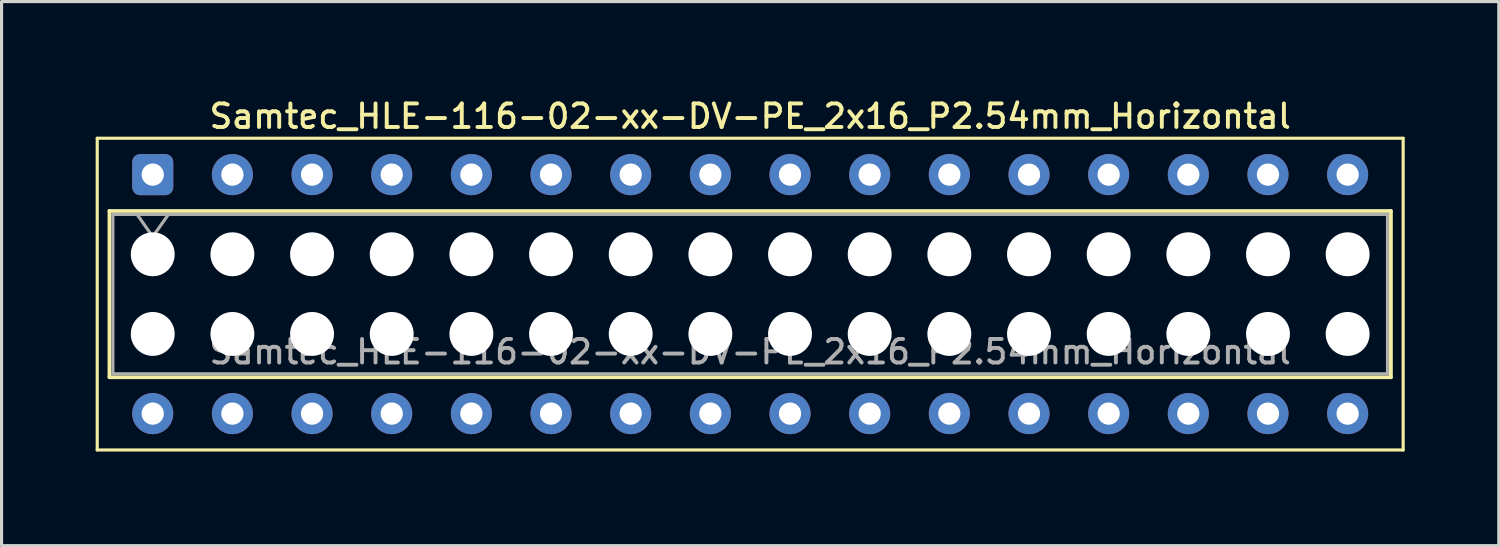
<source format=kicad_pcb>
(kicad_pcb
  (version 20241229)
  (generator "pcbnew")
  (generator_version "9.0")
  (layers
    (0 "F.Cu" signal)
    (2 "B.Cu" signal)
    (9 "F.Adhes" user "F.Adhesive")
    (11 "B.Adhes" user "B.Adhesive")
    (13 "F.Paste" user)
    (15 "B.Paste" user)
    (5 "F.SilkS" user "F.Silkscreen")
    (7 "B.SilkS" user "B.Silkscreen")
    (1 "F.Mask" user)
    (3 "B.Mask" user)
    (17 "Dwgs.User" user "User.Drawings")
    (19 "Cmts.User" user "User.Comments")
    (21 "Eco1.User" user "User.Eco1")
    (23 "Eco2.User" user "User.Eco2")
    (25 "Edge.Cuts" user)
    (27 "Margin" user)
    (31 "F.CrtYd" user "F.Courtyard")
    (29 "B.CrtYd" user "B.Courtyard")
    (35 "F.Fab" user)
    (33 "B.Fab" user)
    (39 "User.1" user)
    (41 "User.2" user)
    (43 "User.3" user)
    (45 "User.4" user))
  (footprint "Samtec_HLE-116-02-xx-DV-PE_2x16_P2.54mm_Horizontal"
    (layer "F.Cu")
    (at 1.82 2.518)
    (property "Reference" "Samtec_HLE-116-02-xx-DV-PE_2x16_P2.54mm_Horizontal" (at 19.05 -1.86 0) (layer "F.SilkS") (effects (font (size 0.75 0.75) (thickness 0.125))))
    (attr through_hole)
    (fp_line (start -1.77 -1.16) (end 39.87 -1.16) (stroke (width 0.1) (type solid)) (layer "F.SilkS"))
    (fp_line (start -1.77 8.78) (end -1.77 -1.16) (stroke (width 0.1) (type solid)) (layer "F.SilkS"))
    (fp_line (start -1.38 1.16) (end 39.48 1.16) (stroke (width 0.12) (type solid)) (layer "F.SilkS"))
    (fp_line (start -1.38 6.46) (end -1.38 1.16) (stroke (width 0.12) (type solid)) (layer "F.SilkS"))
    (fp_line (start 39.48 1.16) (end 39.48 6.46) (stroke (width 0.12) (type solid)) (layer "F.SilkS"))
    (fp_line (start 39.48 6.46) (end -1.38 6.46) (stroke (width 0.12) (type solid)) (layer "F.SilkS"))
    (fp_line (start 39.87 -1.16) (end 39.87 8.78) (stroke (width 0.1) (type solid)) (layer "F.SilkS"))
    (fp_line (start 39.87 8.78) (end -1.77 8.78) (stroke (width 0.1) (type solid)) (layer "F.SilkS"))
    (fp_line (start -1.27 1.27) (end 39.37 1.27) (stroke (width 0.1) (type solid)) (layer "F.Fab"))
    (fp_line (start -1.27 6.35) (end -1.27 1.27) (stroke (width 0.1) (type solid)) (layer "F.Fab"))
    (fp_line (start -0.5 1.27) (end 0 1.977) (stroke (width 0.1) (type solid)) (layer "F.Fab"))
    (fp_line (start 0 1.977) (end 0.5 1.27) (stroke (width 0.1) (type solid)) (layer "F.Fab"))
    (fp_line (start 39.37 1.27) (end 39.37 6.35) (stroke (width 0.1) (type solid)) (layer "F.Fab"))
    (fp_line (start 39.37 6.35) (end -1.27 6.35) (stroke (width 0.1) (type solid)) (layer "F.Fab"))
    (fp_text user "${REFERENCE}" (at 19.05 5.65 0) (layer "F.Fab") (effects (font (size 0.75 0.75) (thickness 0.125))))
    (pad "" np_thru_hole circle (at 0 2.54) (size 1.4 1.4) (drill 1.4) (layers "*.Cu" "*.Mask"))
    (pad "" np_thru_hole circle (at 0 5.08) (size 1.4 1.4) (drill 1.4) (layers "*.Cu" "*.Mask"))
    (pad "" np_thru_hole circle (at 2.54 2.54) (size 1.4 1.4) (drill 1.4) (layers "*.Cu" "*.Mask"))
    (pad "" np_thru_hole circle (at 2.54 5.08) (size 1.4 1.4) (drill 1.4) (layers "*.Cu" "*.Mask"))
    (pad "" np_thru_hole circle (at 5.08 2.54) (size 1.4 1.4) (drill 1.4) (layers "*.Cu" "*.Mask"))
    (pad "" np_thru_hole circle (at 5.08 5.08) (size 1.4 1.4) (drill 1.4) (layers "*.Cu" "*.Mask"))
    (pad "" np_thru_hole circle (at 7.62 2.54) (size 1.4 1.4) (drill 1.4) (layers "*.Cu" "*.Mask"))
    (pad "" np_thru_hole circle (at 7.62 5.08) (size 1.4 1.4) (drill 1.4) (layers "*.Cu" "*.Mask"))
    (pad "" np_thru_hole circle (at 10.16 2.54) (size 1.4 1.4) (drill 1.4) (layers "*.Cu" "*.Mask"))
    (pad "" np_thru_hole circle (at 10.16 5.08) (size 1.4 1.4) (drill 1.4) (layers "*.Cu" "*.Mask"))
    (pad "" np_thru_hole circle (at 12.7 2.54) (size 1.4 1.4) (drill 1.4) (layers "*.Cu" "*.Mask"))
    (pad "" np_thru_hole circle (at 12.7 5.08) (size 1.4 1.4) (drill 1.4) (layers "*.Cu" "*.Mask"))
    (pad "" np_thru_hole circle (at 15.24 2.54) (size 1.4 1.4) (drill 1.4) (layers "*.Cu" "*.Mask"))
    (pad "" np_thru_hole circle (at 15.24 5.08) (size 1.4 1.4) (drill 1.4) (layers "*.Cu" "*.Mask"))
    (pad "" np_thru_hole circle (at 17.78 2.54) (size 1.4 1.4) (drill 1.4) (layers "*.Cu" "*.Mask"))
    (pad "" np_thru_hole circle (at 17.78 5.08) (size 1.4 1.4) (drill 1.4) (layers "*.Cu" "*.Mask"))
    (pad "" np_thru_hole circle (at 20.32 2.54) (size 1.4 1.4) (drill 1.4) (layers "*.Cu" "*.Mask"))
    (pad "" np_thru_hole circle (at 20.32 5.08) (size 1.4 1.4) (drill 1.4) (layers "*.Cu" "*.Mask"))
    (pad "" np_thru_hole circle (at 22.86 2.54) (size 1.4 1.4) (drill 1.4) (layers "*.Cu" "*.Mask"))
    (pad "" np_thru_hole circle (at 22.86 5.08) (size 1.4 1.4) (drill 1.4) (layers "*.Cu" "*.Mask"))
    (pad "" np_thru_hole circle (at 25.4 2.54) (size 1.4 1.4) (drill 1.4) (layers "*.Cu" "*.Mask"))
    (pad "" np_thru_hole circle (at 25.4 5.08) (size 1.4 1.4) (drill 1.4) (layers "*.Cu" "*.Mask"))
    (pad "" np_thru_hole circle (at 27.94 2.54) (size 1.4 1.4) (drill 1.4) (layers "*.Cu" "*.Mask"))
    (pad "" np_thru_hole circle (at 27.94 5.08) (size 1.4 1.4) (drill 1.4) (layers "*.Cu" "*.Mask"))
    (pad "" np_thru_hole circle (at 30.48 2.54) (size 1.4 1.4) (drill 1.4) (layers "*.Cu" "*.Mask"))
    (pad "" np_thru_hole circle (at 30.48 5.08) (size 1.4 1.4) (drill 1.4) (layers "*.Cu" "*.Mask"))
    (pad "" np_thru_hole circle (at 33.02 2.54) (size 1.4 1.4) (drill 1.4) (layers "*.Cu" "*.Mask"))
    (pad "" np_thru_hole circle (at 33.02 5.08) (size 1.4 1.4) (drill 1.4) (layers "*.Cu" "*.Mask"))
    (pad "" np_thru_hole circle (at 35.56 2.54) (size 1.4 1.4) (drill 1.4) (layers "*.Cu" "*.Mask"))
    (pad "" np_thru_hole circle (at 35.56 5.08) (size 1.4 1.4) (drill 1.4) (layers "*.Cu" "*.Mask"))
    (pad "" np_thru_hole circle (at 38.1 2.54) (size 1.4 1.4) (drill 1.4) (layers "*.Cu" "*.Mask"))
    (pad "" np_thru_hole circle (at 38.1 5.08) (size 1.4 1.4) (drill 1.4) (layers "*.Cu" "*.Mask"))
    (pad "1" thru_hole roundrect (at 0 0) (size 1.31 1.31) (drill 0.71) (layers "*.Cu" "*.Mask") (roundrect_rratio 0.191))
    (pad "2" thru_hole circle (at 0 7.62) (size 1.31 1.31) (drill 0.71) (layers "*.Cu" "*.Mask"))
    (pad "3" thru_hole circle (at 2.54 0) (size 1.31 1.31) (drill 0.71) (layers "*.Cu" "*.Mask"))
    (pad "4" thru_hole circle (at 2.54 7.62) (size 1.31 1.31) (drill 0.71) (layers "*.Cu" "*.Mask"))
    (pad "5" thru_hole circle (at 5.08 0) (size 1.31 1.31) (drill 0.71) (layers "*.Cu" "*.Mask"))
    (pad "6" thru_hole circle (at 5.08 7.62) (size 1.31 1.31) (drill 0.71) (layers "*.Cu" "*.Mask"))
    (pad "7" thru_hole circle (at 7.62 0) (size 1.31 1.31) (drill 0.71) (layers "*.Cu" "*.Mask"))
    (pad "8" thru_hole circle (at 7.62 7.62) (size 1.31 1.31) (drill 0.71) (layers "*.Cu" "*.Mask"))
    (pad "9" thru_hole circle (at 10.16 0) (size 1.31 1.31) (drill 0.71) (layers "*.Cu" "*.Mask"))
    (pad "10" thru_hole circle (at 10.16 7.62) (size 1.31 1.31) (drill 0.71) (layers "*.Cu" "*.Mask"))
    (pad "11" thru_hole circle (at 12.7 0) (size 1.31 1.31) (drill 0.71) (layers "*.Cu" "*.Mask"))
    (pad "12" thru_hole circle (at 12.7 7.62) (size 1.31 1.31) (drill 0.71) (layers "*.Cu" "*.Mask"))
    (pad "13" thru_hole circle (at 15.24 0) (size 1.31 1.31) (drill 0.71) (layers "*.Cu" "*.Mask"))
    (pad "14" thru_hole circle (at 15.24 7.62) (size 1.31 1.31) (drill 0.71) (layers "*.Cu" "*.Mask"))
    (pad "15" thru_hole circle (at 17.78 0) (size 1.31 1.31) (drill 0.71) (layers "*.Cu" "*.Mask"))
    (pad "16" thru_hole circle (at 17.78 7.62) (size 1.31 1.31) (drill 0.71) (layers "*.Cu" "*.Mask"))
    (pad "17" thru_hole circle (at 20.32 0) (size 1.31 1.31) (drill 0.71) (layers "*.Cu" "*.Mask"))
    (pad "18" thru_hole circle (at 20.32 7.62) (size 1.31 1.31) (drill 0.71) (layers "*.Cu" "*.Mask"))
    (pad "19" thru_hole circle (at 22.86 0) (size 1.31 1.31) (drill 0.71) (layers "*.Cu" "*.Mask"))
    (pad "20" thru_hole circle (at 22.86 7.62) (size 1.31 1.31) (drill 0.71) (layers "*.Cu" "*.Mask"))
    (pad "21" thru_hole circle (at 25.4 0) (size 1.31 1.31) (drill 0.71) (layers "*.Cu" "*.Mask"))
    (pad "22" thru_hole circle (at 25.4 7.62) (size 1.31 1.31) (drill 0.71) (layers "*.Cu" "*.Mask"))
    (pad "23" thru_hole circle (at 27.94 0) (size 1.31 1.31) (drill 0.71) (layers "*.Cu" "*.Mask"))
    (pad "24" thru_hole circle (at 27.94 7.62) (size 1.31 1.31) (drill 0.71) (layers "*.Cu" "*.Mask"))
    (pad "25" thru_hole circle (at 30.48 0) (size 1.31 1.31) (drill 0.71) (layers "*.Cu" "*.Mask"))
    (pad "26" thru_hole circle (at 30.48 7.62) (size 1.31 1.31) (drill 0.71) (layers "*.Cu" "*.Mask"))
    (pad "27" thru_hole circle (at 33.02 0) (size 1.31 1.31) (drill 0.71) (layers "*.Cu" "*.Mask"))
    (pad "28" thru_hole circle (at 33.02 7.62) (size 1.31 1.31) (drill 0.71) (layers "*.Cu" "*.Mask"))
    (pad "29" thru_hole circle (at 35.56 0) (size 1.31 1.31) (drill 0.71) (layers "*.Cu" "*.Mask"))
    (pad "30" thru_hole circle (at 35.56 7.62) (size 1.31 1.31) (drill 0.71) (layers "*.Cu" "*.Mask"))
    (pad "31" thru_hole circle (at 38.1 0) (size 1.31 1.31) (drill 0.71) (layers "*.Cu" "*.Mask"))
    (pad "32" thru_hole circle (at 38.1 7.62) (size 1.31 1.31) (drill 0.71) (layers "*.Cu" "*.Mask")))
  (gr_rect
    (start -3 -3)
    (end 44.74 14.348)
    (stroke (width 0.1) (type default))
    (fill no)
    (layer "Edge.Cuts")))
</source>
